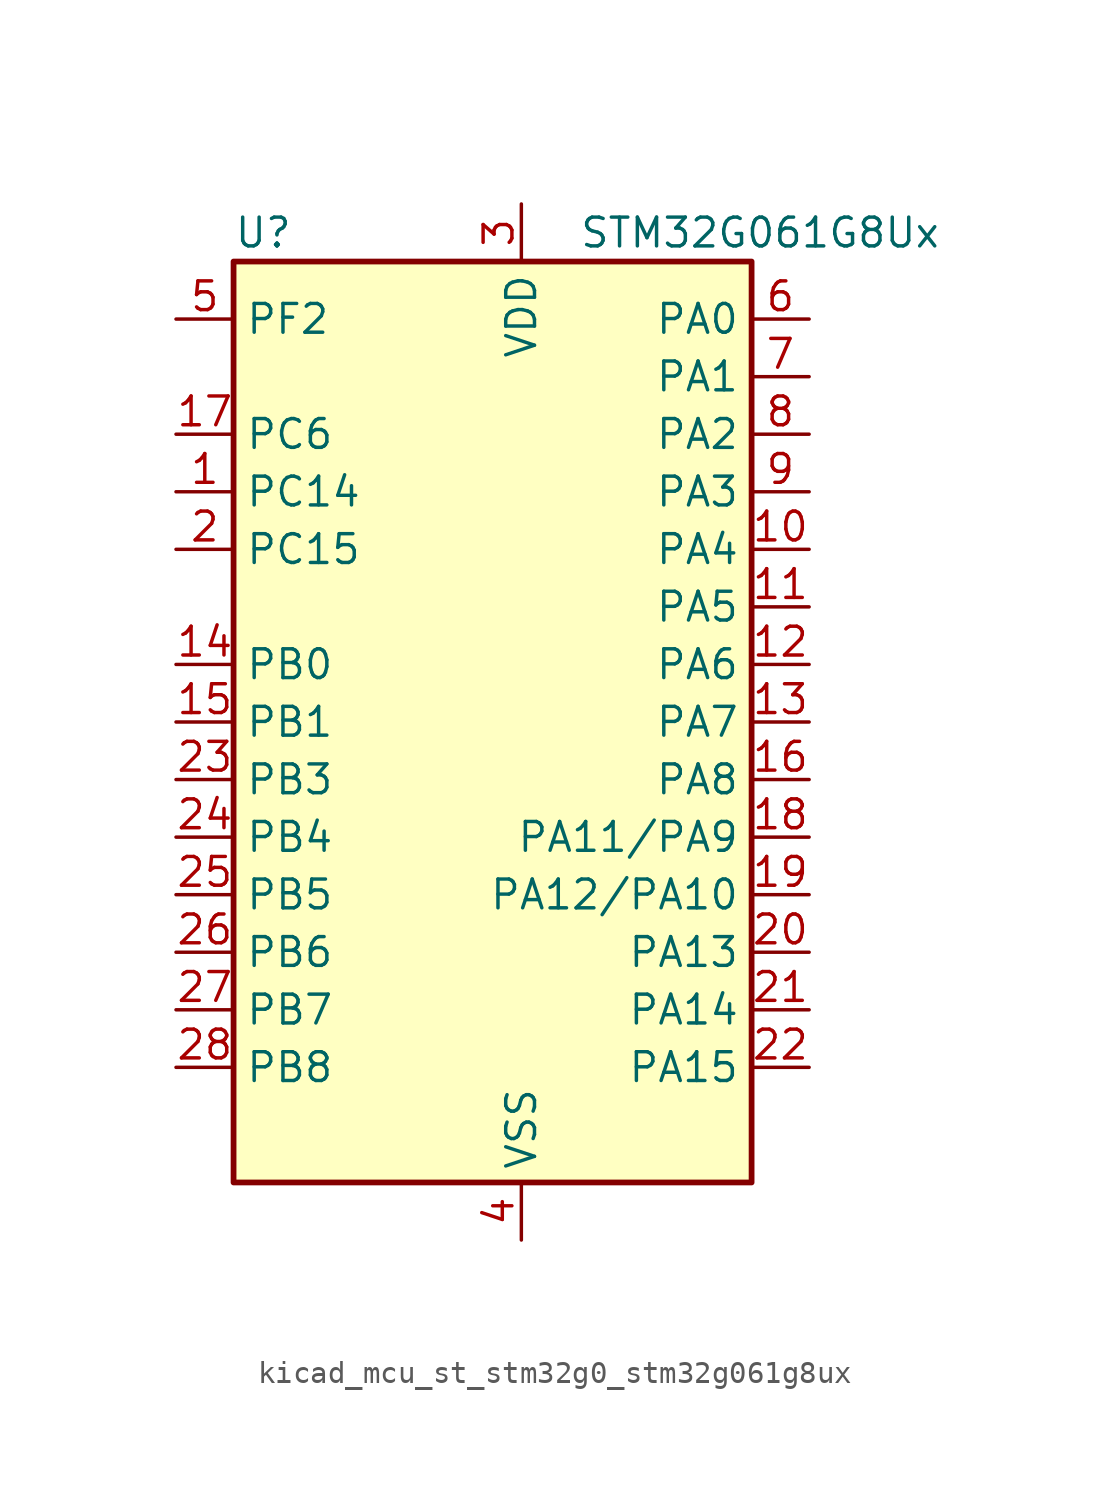
<source format=kicad_sym>
(kicad_symbol_lib
  (version 20220914)
  (generator kicad_symbol_editor)
  (symbol "kicad_mcu_st_stm32g0_stm32g061g8ux"
    (property "Reference" "U"
      (at -10.16 21.59 0)
      (effects (font (size 1.27 1.27)) (justify left)))
    (property "Value" "STM32G061G8Ux"
      (at 5.08 21.59 0)
      (effects (font (size 1.27 1.27)) (justify left)))
    (property "ki_locked" ""
      (at 0 0 0)
      (effects (font (size 1.27 1.27))))
    (symbol "kicad_mcu_st_stm32g0_stm32g061g8ux_0_1"
      (rectangle (start -10.16 -20.32) (end 12.7 20.32) (stroke (width 0.254) (type default)) (fill (type background))))
    (symbol "kicad_mcu_st_stm32g0_stm32g061g8ux_1_1"
      (pin bidirectional line (at -12.7 10.16 0) (length 2.54) (name "PC14" (effects (font (size 1.27 1.27)))) (number "1" (effects (font (size 1.27 1.27)))) (alternate "RCC_OSC32_IN" bidirectional line) (alternate "RCC_OSC_IN" bidirectional line) (alternate "TIM1_BK2" bidirectional line))
      (pin bidirectional line (at 15.24 7.62 180) (length 2.54) (name "PA4" (effects (font (size 1.27 1.27)))) (number "10" (effects (font (size 1.27 1.27)))) (alternate "ADC1_IN4" bidirectional line) (alternate "DAC1_OUT1" bidirectional line) (alternate "I2S1_WS" bidirectional line) (alternate "LPTIM2_OUT" bidirectional line) (alternate "RTC_OUT1" bidirectional line) (alternate "RTC_TAMP_IN1" bidirectional line) (alternate "RTC_TS" bidirectional line) (alternate "SPI1_NSS" bidirectional line) (alternate "SPI2_MOSI" bidirectional line) (alternate "SYS_WKUP2" bidirectional line) (alternate "TIM14_CH1" bidirectional line))
      (pin bidirectional line (at 15.24 5.08 180) (length 2.54) (name "PA5" (effects (font (size 1.27 1.27)))) (number "11" (effects (font (size 1.27 1.27)))) (alternate "ADC1_IN5" bidirectional line) (alternate "DAC1_OUT2" bidirectional line) (alternate "I2S1_CK" bidirectional line) (alternate "LPTIM2_ETR" bidirectional line) (alternate "SPI1_SCK" bidirectional line) (alternate "TIM2_CH1" bidirectional line) (alternate "TIM2_ETR" bidirectional line))
      (pin bidirectional line (at 15.24 2.54 180) (length 2.54) (name "PA6" (effects (font (size 1.27 1.27)))) (number "12" (effects (font (size 1.27 1.27)))) (alternate "ADC1_IN6" bidirectional line) (alternate "COMP1_OUT" bidirectional line) (alternate "I2S1_MCK" bidirectional line) (alternate "LPUART1_CTS" bidirectional line) (alternate "SPI1_MISO" bidirectional line) (alternate "TIM16_CH1" bidirectional line) (alternate "TIM1_BK" bidirectional line) (alternate "TIM3_CH1" bidirectional line))
      (pin bidirectional line (at 15.24 0 180) (length 2.54) (name "PA7" (effects (font (size 1.27 1.27)))) (number "13" (effects (font (size 1.27 1.27)))) (alternate "ADC1_IN7" bidirectional line) (alternate "COMP2_OUT" bidirectional line) (alternate "I2S1_SD" bidirectional line) (alternate "SPI1_MOSI" bidirectional line) (alternate "TIM14_CH1" bidirectional line) (alternate "TIM17_CH1" bidirectional line) (alternate "TIM1_CH1N" bidirectional line) (alternate "TIM3_CH2" bidirectional line))
      (pin bidirectional line (at -12.7 2.54 0) (length 2.54) (name "PB0" (effects (font (size 1.27 1.27)))) (number "14" (effects (font (size 1.27 1.27)))) (alternate "ADC1_IN8" bidirectional line) (alternate "COMP1_OUT" bidirectional line) (alternate "I2S1_WS" bidirectional line) (alternate "LPTIM1_OUT" bidirectional line) (alternate "SPI1_NSS" bidirectional line) (alternate "TIM1_CH2N" bidirectional line) (alternate "TIM3_CH3" bidirectional line))
      (pin bidirectional line (at -12.7 0 0) (length 2.54) (name "PB1" (effects (font (size 1.27 1.27)))) (number "15" (effects (font (size 1.27 1.27)))) (alternate "ADC1_IN9" bidirectional line) (alternate "COMP1_INM" bidirectional line) (alternate "LPTIM2_IN1" bidirectional line) (alternate "LPUART1_DE" bidirectional line) (alternate "LPUART1_RTS" bidirectional line) (alternate "TIM14_CH1" bidirectional line) (alternate "TIM1_CH3N" bidirectional line) (alternate "TIM3_CH4" bidirectional line))
      (pin bidirectional line (at 15.24 -2.54 180) (length 2.54) (name "PA8" (effects (font (size 1.27 1.27)))) (number "16" (effects (font (size 1.27 1.27)))) (alternate "LPTIM2_OUT" bidirectional line) (alternate "RCC_MCO" bidirectional line) (alternate "SPI2_NSS" bidirectional line) (alternate "TIM1_CH1" bidirectional line))
      (pin bidirectional line (at -12.7 12.7 0) (length 2.54) (name "PC6" (effects (font (size 1.27 1.27)))) (number "17" (effects (font (size 1.27 1.27)))) (alternate "TIM2_CH3" bidirectional line) (alternate "TIM3_CH1" bidirectional line))
      (pin bidirectional line (at 15.24 -5.08 180) (length 2.54) (name "PA11/PA9" (effects (font (size 1.27 1.27)))) (number "18" (effects (font (size 1.27 1.27)))) (alternate "ADC1_EXTI11" bidirectional line) (alternate "ADC1_IN15" bidirectional line) (alternate "COMP1_OUT" bidirectional line) (alternate "I2C2_SCL" bidirectional line) (alternate "I2S1_MCK" bidirectional line) (alternate "SPI1_MISO" bidirectional line) (alternate "TIM1_BK2" bidirectional line) (alternate "TIM1_CH4" bidirectional line) (alternate "USART1_CTS" bidirectional line) (alternate "USART1_NSS" bidirectional line))
      (pin bidirectional line (at 15.24 -7.62 180) (length 2.54) (name "PA12/PA10" (effects (font (size 1.27 1.27)))) (number "19" (effects (font (size 1.27 1.27)))) (alternate "ADC1_IN16" bidirectional line) (alternate "COMP2_OUT" bidirectional line) (alternate "I2C2_SDA" bidirectional line) (alternate "I2S1_SD" bidirectional line) (alternate "I2S_CKIN" bidirectional line) (alternate "SPI1_MOSI" bidirectional line) (alternate "TIM1_ETR" bidirectional line) (alternate "USART1_CK" bidirectional line) (alternate "USART1_DE" bidirectional line) (alternate "USART1_RTS" bidirectional line))
      (pin bidirectional line (at -12.7 7.62 0) (length 2.54) (name "PC15" (effects (font (size 1.27 1.27)))) (number "2" (effects (font (size 1.27 1.27)))) (alternate "RCC_OSC32_EN" bidirectional line) (alternate "RCC_OSC32_OUT" bidirectional line) (alternate "RCC_OSC_EN" bidirectional line) (alternate "TIM15_BK" bidirectional line))
      (pin bidirectional line (at 15.24 -10.16 180) (length 2.54) (name "PA13" (effects (font (size 1.27 1.27)))) (number "20" (effects (font (size 1.27 1.27)))) (alternate "ADC1_IN17" bidirectional line) (alternate "IR_OUT" bidirectional line) (alternate "SYS_SWDIO" bidirectional line))
      (pin bidirectional line (at 15.24 -12.7 180) (length 2.54) (name "PA14" (effects (font (size 1.27 1.27)))) (number "21" (effects (font (size 1.27 1.27)))) (alternate "ADC1_IN18" bidirectional line) (alternate "SYS_SWCLK" bidirectional line) (alternate "USART2_TX" bidirectional line))
      (pin bidirectional line (at 15.24 -15.24 180) (length 2.54) (name "PA15" (effects (font (size 1.27 1.27)))) (number "22" (effects (font (size 1.27 1.27)))) (alternate "I2S1_WS" bidirectional line) (alternate "SPI1_NSS" bidirectional line) (alternate "TIM2_CH1" bidirectional line) (alternate "TIM2_ETR" bidirectional line) (alternate "USART2_RX" bidirectional line))
      (pin bidirectional line (at -12.7 -2.54 0) (length 2.54) (name "PB3" (effects (font (size 1.27 1.27)))) (number "23" (effects (font (size 1.27 1.27)))) (alternate "COMP2_INM" bidirectional line) (alternate "I2S1_CK" bidirectional line) (alternate "SPI1_SCK" bidirectional line) (alternate "TIM1_CH2" bidirectional line) (alternate "TIM2_CH2" bidirectional line) (alternate "USART1_CK" bidirectional line) (alternate "USART1_DE" bidirectional line) (alternate "USART1_RTS" bidirectional line))
      (pin bidirectional line (at -12.7 -5.08 0) (length 2.54) (name "PB4" (effects (font (size 1.27 1.27)))) (number "24" (effects (font (size 1.27 1.27)))) (alternate "COMP2_INP" bidirectional line) (alternate "I2S1_MCK" bidirectional line) (alternate "SPI1_MISO" bidirectional line) (alternate "TIM17_BK" bidirectional line) (alternate "TIM3_CH1" bidirectional line) (alternate "USART1_CTS" bidirectional line) (alternate "USART1_NSS" bidirectional line))
      (pin bidirectional line (at -12.7 -7.62 0) (length 2.54) (name "PB5" (effects (font (size 1.27 1.27)))) (number "25" (effects (font (size 1.27 1.27)))) (alternate "COMP2_OUT" bidirectional line) (alternate "I2C1_SMBA" bidirectional line) (alternate "I2S1_SD" bidirectional line) (alternate "LPTIM1_IN1" bidirectional line) (alternate "SPI1_MOSI" bidirectional line) (alternate "SYS_WKUP6" bidirectional line) (alternate "TIM16_BK" bidirectional line) (alternate "TIM3_CH2" bidirectional line))
      (pin bidirectional line (at -12.7 -10.16 0) (length 2.54) (name "PB6" (effects (font (size 1.27 1.27)))) (number "26" (effects (font (size 1.27 1.27)))) (alternate "COMP2_INP" bidirectional line) (alternate "I2C1_SCL" bidirectional line) (alternate "LPTIM1_ETR" bidirectional line) (alternate "SPI2_MISO" bidirectional line) (alternate "TIM16_CH1N" bidirectional line) (alternate "TIM1_CH3" bidirectional line) (alternate "USART1_TX" bidirectional line))
      (pin bidirectional line (at -12.7 -12.7 0) (length 2.54) (name "PB7" (effects (font (size 1.27 1.27)))) (number "27" (effects (font (size 1.27 1.27)))) (alternate "ADC1_IN11" bidirectional line) (alternate "COMP2_INM" bidirectional line) (alternate "I2C1_SDA" bidirectional line) (alternate "LPTIM1_IN2" bidirectional line) (alternate "SPI2_MOSI" bidirectional line) (alternate "SYS_PVD_IN" bidirectional line) (alternate "TIM17_CH1N" bidirectional line) (alternate "USART1_RX" bidirectional line))
      (pin bidirectional line (at -12.7 -15.24 0) (length 2.54) (name "PB8" (effects (font (size 1.27 1.27)))) (number "28" (effects (font (size 1.27 1.27)))) (alternate "I2C1_SCL" bidirectional line) (alternate "SPI2_SCK" bidirectional line) (alternate "TIM15_BK" bidirectional line) (alternate "TIM16_CH1" bidirectional line))
      (pin power_in line (at 2.54 22.86 270) (length 2.54) (name "VDD" (effects (font (size 1.27 1.27)))) (number "3" (effects (font (size 1.27 1.27)))))
      (pin power_in line (at 2.54 -22.86 90) (length 2.54) (name "VSS" (effects (font (size 1.27 1.27)))) (number "4" (effects (font (size 1.27 1.27)))))
      (pin bidirectional line (at -12.7 17.78 0) (length 2.54) (name "PF2" (effects (font (size 1.27 1.27)))) (number "5" (effects (font (size 1.27 1.27)))) (alternate "RCC_MCO" bidirectional line))
      (pin bidirectional line (at 15.24 17.78 180) (length 2.54) (name "PA0" (effects (font (size 1.27 1.27)))) (number "6" (effects (font (size 1.27 1.27)))) (alternate "ADC1_IN0" bidirectional line) (alternate "COMP1_INM" bidirectional line) (alternate "COMP1_OUT" bidirectional line) (alternate "LPTIM1_OUT" bidirectional line) (alternate "RTC_TAMP_IN2" bidirectional line) (alternate "SPI2_SCK" bidirectional line) (alternate "SYS_WKUP1" bidirectional line) (alternate "TIM2_CH1" bidirectional line) (alternate "TIM2_ETR" bidirectional line) (alternate "USART2_CTS" bidirectional line) (alternate "USART2_NSS" bidirectional line))
      (pin bidirectional line (at 15.24 15.24 180) (length 2.54) (name "PA1" (effects (font (size 1.27 1.27)))) (number "7" (effects (font (size 1.27 1.27)))) (alternate "ADC1_IN1" bidirectional line) (alternate "COMP1_INP" bidirectional line) (alternate "I2C1_SMBA" bidirectional line) (alternate "I2S1_CK" bidirectional line) (alternate "SPI1_SCK" bidirectional line) (alternate "TIM15_CH1N" bidirectional line) (alternate "TIM2_CH2" bidirectional line) (alternate "USART2_CK" bidirectional line) (alternate "USART2_DE" bidirectional line) (alternate "USART2_RTS" bidirectional line))
      (pin bidirectional line (at 15.24 12.7 180) (length 2.54) (name "PA2" (effects (font (size 1.27 1.27)))) (number "8" (effects (font (size 1.27 1.27)))) (alternate "ADC1_IN2" bidirectional line) (alternate "COMP2_INM" bidirectional line) (alternate "COMP2_OUT" bidirectional line) (alternate "I2S1_SD" bidirectional line) (alternate "LPUART1_TX" bidirectional line) (alternate "RCC_LSCO" bidirectional line) (alternate "SPI1_MOSI" bidirectional line) (alternate "SYS_WKUP4" bidirectional line) (alternate "TIM15_CH1" bidirectional line) (alternate "TIM2_CH3" bidirectional line) (alternate "USART2_TX" bidirectional line))
      (pin bidirectional line (at 15.24 10.16 180) (length 2.54) (name "PA3" (effects (font (size 1.27 1.27)))) (number "9" (effects (font (size 1.27 1.27)))) (alternate "ADC1_IN3" bidirectional line) (alternate "COMP2_INP" bidirectional line) (alternate "LPUART1_RX" bidirectional line) (alternate "SPI2_MISO" bidirectional line) (alternate "TIM15_CH2" bidirectional line) (alternate "TIM2_CH4" bidirectional line) (alternate "USART2_RX" bidirectional line)))))
</source>
